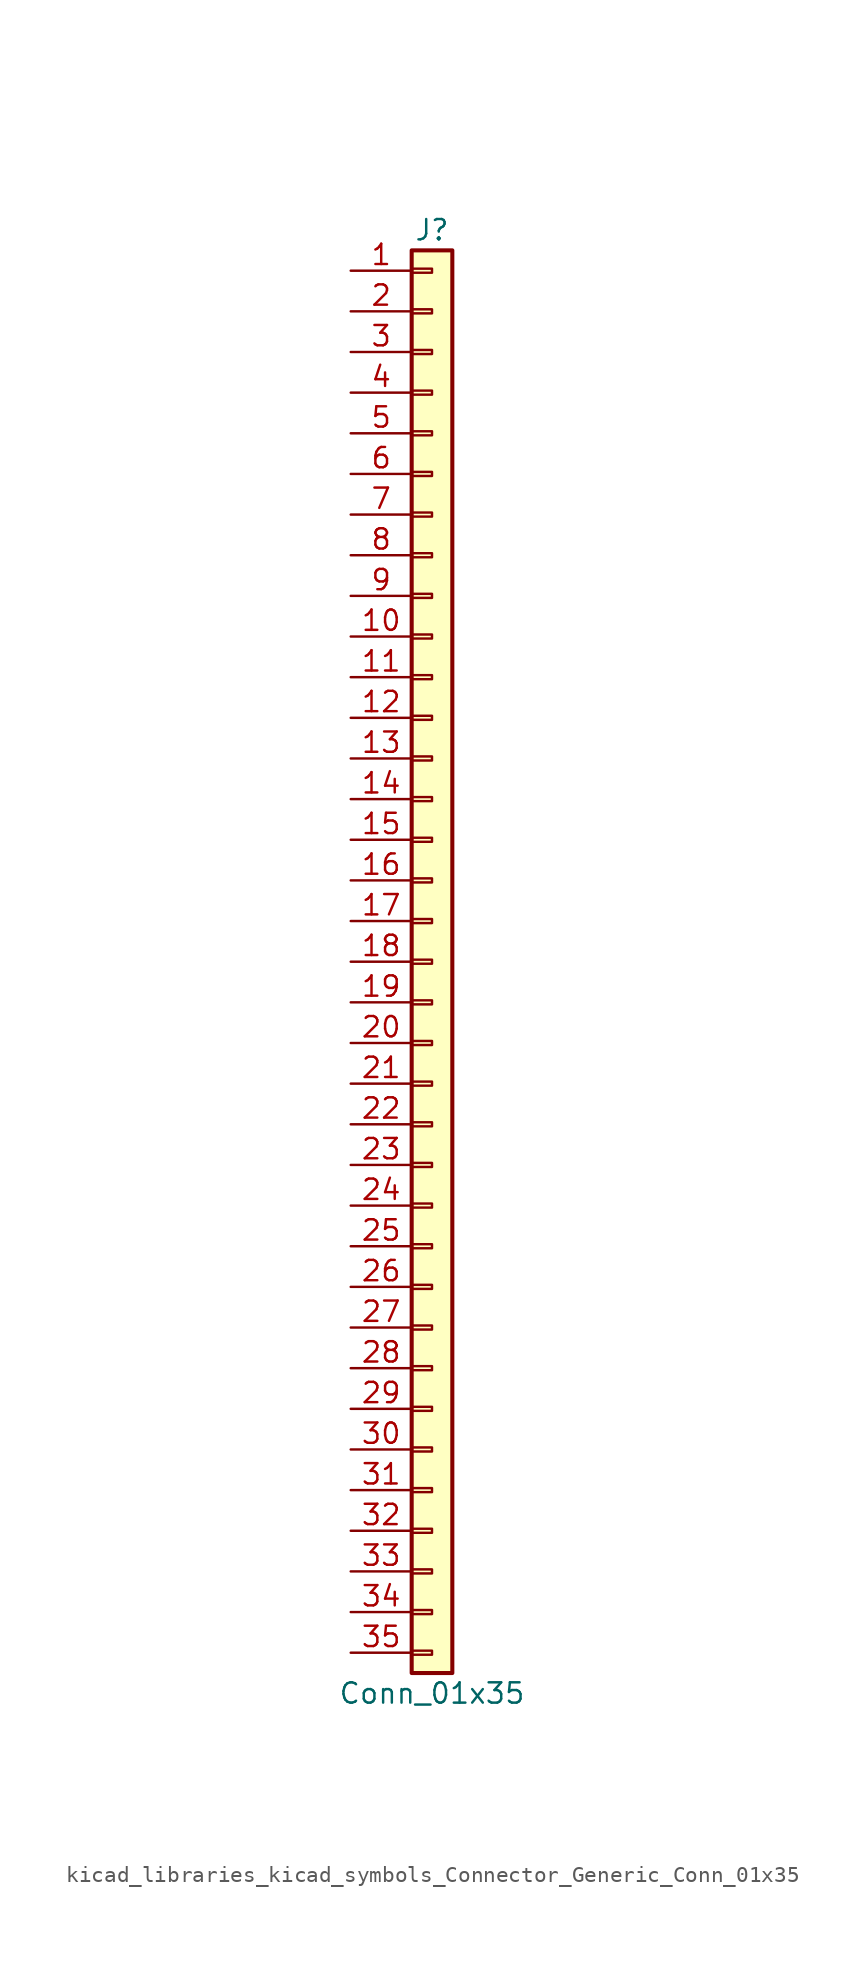
<source format=kicad_sym>
(kicad_symbol_lib
  (version 20220914)
  (generator kicad_symbol_editor)
  (symbol "kicad_libraries_kicad_symbols_Connector_Generic_Conn_01x35"
    (pin_names
      (offset 1.016) hide)
    (property "Reference" "J"
      (at 0 45.72 0)
      (effects (font (size 1.27 1.27))))
    (property "Value" "Conn_01x35"
      (at 0 -45.72 0)
      (effects (font (size 1.27 1.27))))
    (symbol "kicad_libraries_kicad_symbols_Connector_Generic_Conn_01x35_1_1"
      (rectangle (start -1.27 -43.053) (end 0 -43.307) (stroke (width 0.152) (type default)) (fill (type none)))
      (rectangle (start -1.27 -40.513) (end 0 -40.767) (stroke (width 0.152) (type default)) (fill (type none)))
      (rectangle (start -1.27 -37.973) (end 0 -38.227) (stroke (width 0.152) (type default)) (fill (type none)))
      (rectangle (start -1.27 -35.433) (end 0 -35.687) (stroke (width 0.152) (type default)) (fill (type none)))
      (rectangle (start -1.27 -32.893) (end 0 -33.147) (stroke (width 0.152) (type default)) (fill (type none)))
      (rectangle (start -1.27 -30.353) (end 0 -30.607) (stroke (width 0.152) (type default)) (fill (type none)))
      (rectangle (start -1.27 -27.813) (end 0 -28.067) (stroke (width 0.152) (type default)) (fill (type none)))
      (rectangle (start -1.27 -25.273) (end 0 -25.527) (stroke (width 0.152) (type default)) (fill (type none)))
      (rectangle (start -1.27 -22.733) (end 0 -22.987) (stroke (width 0.152) (type default)) (fill (type none)))
      (rectangle (start -1.27 -20.193) (end 0 -20.447) (stroke (width 0.152) (type default)) (fill (type none)))
      (rectangle (start -1.27 -17.653) (end 0 -17.907) (stroke (width 0.152) (type default)) (fill (type none)))
      (rectangle (start -1.27 -15.113) (end 0 -15.367) (stroke (width 0.152) (type default)) (fill (type none)))
      (rectangle (start -1.27 -12.573) (end 0 -12.827) (stroke (width 0.152) (type default)) (fill (type none)))
      (rectangle (start -1.27 -10.033) (end 0 -10.287) (stroke (width 0.152) (type default)) (fill (type none)))
      (rectangle (start -1.27 -7.493) (end 0 -7.747) (stroke (width 0.152) (type default)) (fill (type none)))
      (rectangle (start -1.27 -4.953) (end 0 -5.207) (stroke (width 0.152) (type default)) (fill (type none)))
      (rectangle (start -1.27 -2.413) (end 0 -2.667) (stroke (width 0.152) (type default)) (fill (type none)))
      (rectangle (start -1.27 0.127) (end 0 -0.127) (stroke (width 0.152) (type default)) (fill (type none)))
      (rectangle (start -1.27 2.667) (end 0 2.413) (stroke (width 0.152) (type default)) (fill (type none)))
      (rectangle (start -1.27 5.207) (end 0 4.953) (stroke (width 0.152) (type default)) (fill (type none)))
      (rectangle (start -1.27 7.747) (end 0 7.493) (stroke (width 0.152) (type default)) (fill (type none)))
      (rectangle (start -1.27 10.287) (end 0 10.033) (stroke (width 0.152) (type default)) (fill (type none)))
      (rectangle (start -1.27 12.827) (end 0 12.573) (stroke (width 0.152) (type default)) (fill (type none)))
      (rectangle (start -1.27 15.367) (end 0 15.113) (stroke (width 0.152) (type default)) (fill (type none)))
      (rectangle (start -1.27 17.907) (end 0 17.653) (stroke (width 0.152) (type default)) (fill (type none)))
      (rectangle (start -1.27 20.447) (end 0 20.193) (stroke (width 0.152) (type default)) (fill (type none)))
      (rectangle (start -1.27 22.987) (end 0 22.733) (stroke (width 0.152) (type default)) (fill (type none)))
      (rectangle (start -1.27 25.527) (end 0 25.273) (stroke (width 0.152) (type default)) (fill (type none)))
      (rectangle (start -1.27 28.067) (end 0 27.813) (stroke (width 0.152) (type default)) (fill (type none)))
      (rectangle (start -1.27 30.607) (end 0 30.353) (stroke (width 0.152) (type default)) (fill (type none)))
      (rectangle (start -1.27 33.147) (end 0 32.893) (stroke (width 0.152) (type default)) (fill (type none)))
      (rectangle (start -1.27 35.687) (end 0 35.433) (stroke (width 0.152) (type default)) (fill (type none)))
      (rectangle (start -1.27 38.227) (end 0 37.973) (stroke (width 0.152) (type default)) (fill (type none)))
      (rectangle (start -1.27 40.767) (end 0 40.513) (stroke (width 0.152) (type default)) (fill (type none)))
      (rectangle (start -1.27 43.307) (end 0 43.053) (stroke (width 0.152) (type default)) (fill (type none)))
      (rectangle (start -1.27 44.45) (end 1.27 -44.45) (stroke (width 0.254) (type default)) (fill (type background)))
      (pin passive line (at -5.08 43.18 0) (length 3.81) (name "Pin_1" (effects (font (size 1.27 1.27)))) (number "1" (effects (font (size 1.27 1.27)))))
      (pin passive line (at -5.08 20.32 0) (length 3.81) (name "Pin_10" (effects (font (size 1.27 1.27)))) (number "10" (effects (font (size 1.27 1.27)))))
      (pin passive line (at -5.08 17.78 0) (length 3.81) (name "Pin_11" (effects (font (size 1.27 1.27)))) (number "11" (effects (font (size 1.27 1.27)))))
      (pin passive line (at -5.08 15.24 0) (length 3.81) (name "Pin_12" (effects (font (size 1.27 1.27)))) (number "12" (effects (font (size 1.27 1.27)))))
      (pin passive line (at -5.08 12.7 0) (length 3.81) (name "Pin_13" (effects (font (size 1.27 1.27)))) (number "13" (effects (font (size 1.27 1.27)))))
      (pin passive line (at -5.08 10.16 0) (length 3.81) (name "Pin_14" (effects (font (size 1.27 1.27)))) (number "14" (effects (font (size 1.27 1.27)))))
      (pin passive line (at -5.08 7.62 0) (length 3.81) (name "Pin_15" (effects (font (size 1.27 1.27)))) (number "15" (effects (font (size 1.27 1.27)))))
      (pin passive line (at -5.08 5.08 0) (length 3.81) (name "Pin_16" (effects (font (size 1.27 1.27)))) (number "16" (effects (font (size 1.27 1.27)))))
      (pin passive line (at -5.08 2.54 0) (length 3.81) (name "Pin_17" (effects (font (size 1.27 1.27)))) (number "17" (effects (font (size 1.27 1.27)))))
      (pin passive line (at -5.08 0 0) (length 3.81) (name "Pin_18" (effects (font (size 1.27 1.27)))) (number "18" (effects (font (size 1.27 1.27)))))
      (pin passive line (at -5.08 -2.54 0) (length 3.81) (name "Pin_19" (effects (font (size 1.27 1.27)))) (number "19" (effects (font (size 1.27 1.27)))))
      (pin passive line (at -5.08 40.64 0) (length 3.81) (name "Pin_2" (effects (font (size 1.27 1.27)))) (number "2" (effects (font (size 1.27 1.27)))))
      (pin passive line (at -5.08 -5.08 0) (length 3.81) (name "Pin_20" (effects (font (size 1.27 1.27)))) (number "20" (effects (font (size 1.27 1.27)))))
      (pin passive line (at -5.08 -7.62 0) (length 3.81) (name "Pin_21" (effects (font (size 1.27 1.27)))) (number "21" (effects (font (size 1.27 1.27)))))
      (pin passive line (at -5.08 -10.16 0) (length 3.81) (name "Pin_22" (effects (font (size 1.27 1.27)))) (number "22" (effects (font (size 1.27 1.27)))))
      (pin passive line (at -5.08 -12.7 0) (length 3.81) (name "Pin_23" (effects (font (size 1.27 1.27)))) (number "23" (effects (font (size 1.27 1.27)))))
      (pin passive line (at -5.08 -15.24 0) (length 3.81) (name "Pin_24" (effects (font (size 1.27 1.27)))) (number "24" (effects (font (size 1.27 1.27)))))
      (pin passive line (at -5.08 -17.78 0) (length 3.81) (name "Pin_25" (effects (font (size 1.27 1.27)))) (number "25" (effects (font (size 1.27 1.27)))))
      (pin passive line (at -5.08 -20.32 0) (length 3.81) (name "Pin_26" (effects (font (size 1.27 1.27)))) (number "26" (effects (font (size 1.27 1.27)))))
      (pin passive line (at -5.08 -22.86 0) (length 3.81) (name "Pin_27" (effects (font (size 1.27 1.27)))) (number "27" (effects (font (size 1.27 1.27)))))
      (pin passive line (at -5.08 -25.4 0) (length 3.81) (name "Pin_28" (effects (font (size 1.27 1.27)))) (number "28" (effects (font (size 1.27 1.27)))))
      (pin passive line (at -5.08 -27.94 0) (length 3.81) (name "Pin_29" (effects (font (size 1.27 1.27)))) (number "29" (effects (font (size 1.27 1.27)))))
      (pin passive line (at -5.08 38.1 0) (length 3.81) (name "Pin_3" (effects (font (size 1.27 1.27)))) (number "3" (effects (font (size 1.27 1.27)))))
      (pin passive line (at -5.08 -30.48 0) (length 3.81) (name "Pin_30" (effects (font (size 1.27 1.27)))) (number "30" (effects (font (size 1.27 1.27)))))
      (pin passive line (at -5.08 -33.02 0) (length 3.81) (name "Pin_31" (effects (font (size 1.27 1.27)))) (number "31" (effects (font (size 1.27 1.27)))))
      (pin passive line (at -5.08 -35.56 0) (length 3.81) (name "Pin_32" (effects (font (size 1.27 1.27)))) (number "32" (effects (font (size 1.27 1.27)))))
      (pin passive line (at -5.08 -38.1 0) (length 3.81) (name "Pin_33" (effects (font (size 1.27 1.27)))) (number "33" (effects (font (size 1.27 1.27)))))
      (pin passive line (at -5.08 -40.64 0) (length 3.81) (name "Pin_34" (effects (font (size 1.27 1.27)))) (number "34" (effects (font (size 1.27 1.27)))))
      (pin passive line (at -5.08 -43.18 0) (length 3.81) (name "Pin_35" (effects (font (size 1.27 1.27)))) (number "35" (effects (font (size 1.27 1.27)))))
      (pin passive line (at -5.08 35.56 0) (length 3.81) (name "Pin_4" (effects (font (size 1.27 1.27)))) (number "4" (effects (font (size 1.27 1.27)))))
      (pin passive line (at -5.08 33.02 0) (length 3.81) (name "Pin_5" (effects (font (size 1.27 1.27)))) (number "5" (effects (font (size 1.27 1.27)))))
      (pin passive line (at -5.08 30.48 0) (length 3.81) (name "Pin_6" (effects (font (size 1.27 1.27)))) (number "6" (effects (font (size 1.27 1.27)))))
      (pin passive line (at -5.08 27.94 0) (length 3.81) (name "Pin_7" (effects (font (size 1.27 1.27)))) (number "7" (effects (font (size 1.27 1.27)))))
      (pin passive line (at -5.08 25.4 0) (length 3.81) (name "Pin_8" (effects (font (size 1.27 1.27)))) (number "8" (effects (font (size 1.27 1.27)))))
      (pin passive line (at -5.08 22.86 0) (length 3.81) (name "Pin_9" (effects (font (size 1.27 1.27)))) (number "9" (effects (font (size 1.27 1.27))))))))
</source>
